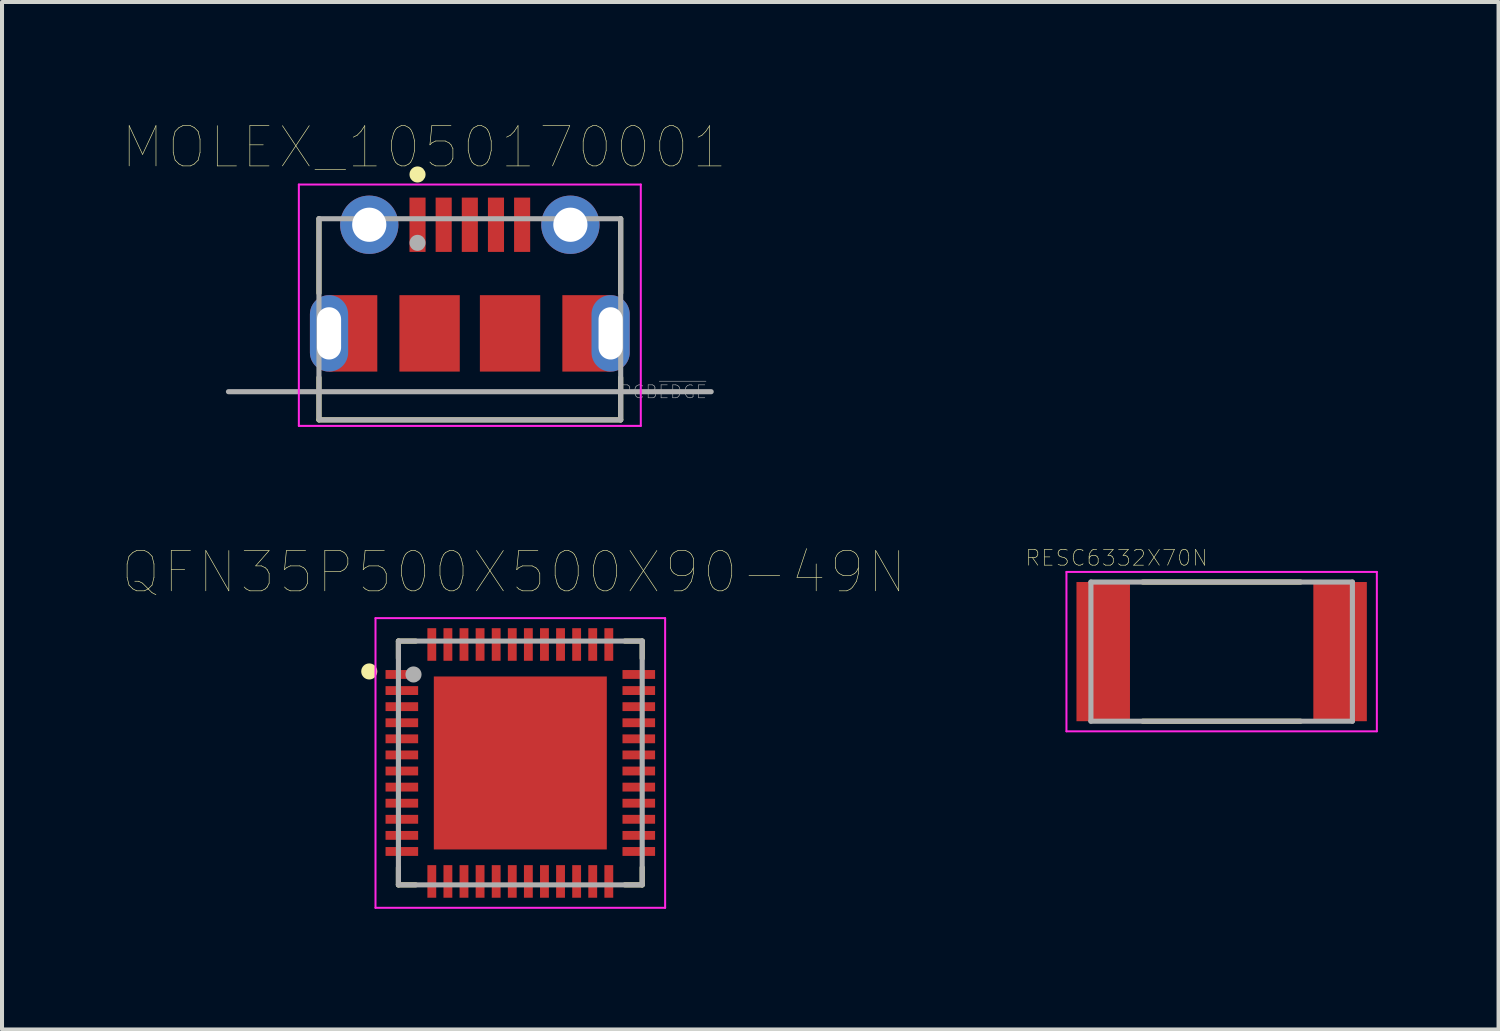
<source format=kicad_pcb>
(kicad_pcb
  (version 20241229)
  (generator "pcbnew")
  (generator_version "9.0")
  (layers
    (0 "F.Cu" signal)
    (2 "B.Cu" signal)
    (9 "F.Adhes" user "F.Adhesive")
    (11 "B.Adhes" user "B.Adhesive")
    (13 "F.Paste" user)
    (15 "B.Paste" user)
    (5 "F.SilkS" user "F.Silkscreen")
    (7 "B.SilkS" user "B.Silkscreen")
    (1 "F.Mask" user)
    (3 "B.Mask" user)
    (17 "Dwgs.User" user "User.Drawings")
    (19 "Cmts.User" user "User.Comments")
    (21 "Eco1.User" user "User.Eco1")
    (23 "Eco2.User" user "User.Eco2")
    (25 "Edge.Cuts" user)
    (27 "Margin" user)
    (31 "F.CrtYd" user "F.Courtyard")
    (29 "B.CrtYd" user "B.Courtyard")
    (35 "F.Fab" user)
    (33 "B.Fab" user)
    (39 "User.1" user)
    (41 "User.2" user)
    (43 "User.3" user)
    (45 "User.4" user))
  (footprint "QFN35P500X500X90-49N"
    (layer "F.Cu")
    (at 9.884 15.916)
    (property "Reference" "QFN35P500X500X90-49N" (at -0.16 -4.742 0) (layer "F.SilkS") (effects (font (size 1.002 1.002) (thickness 0.015))))
    (attr through_hole)
    (fp_line (start -3.03 -3.03) (end -3.03 -2.6) (stroke (width 0.127) (type solid)) (layer "F.SilkS"))
    (fp_line (start -3.03 3.03) (end -3.03 2.6) (stroke (width 0.127) (type solid)) (layer "F.SilkS"))
    (fp_line (start -2.6 -3.03) (end -3.03 -3.03) (stroke (width 0.127) (type solid)) (layer "F.SilkS"))
    (fp_line (start -2.6 3.03) (end -3.03 3.03) (stroke (width 0.127) (type solid)) (layer "F.SilkS"))
    (fp_line (start 2.6 -3.03) (end 3.03 -3.03) (stroke (width 0.127) (type solid)) (layer "F.SilkS"))
    (fp_line (start 2.6 3.03) (end 3.03 3.03) (stroke (width 0.127) (type solid)) (layer "F.SilkS"))
    (fp_line (start 3.03 -3.03) (end 3.03 -2.6) (stroke (width 0.127) (type solid)) (layer "F.SilkS"))
    (fp_line (start 3.03 3.03) (end 3.03 2.6) (stroke (width 0.127) (type solid)) (layer "F.SilkS"))
    (fp_circle (center -3.755 -2.275) (end -3.655 -2.275) (stroke (width 0.2) (type solid)) (fill no) (layer "F.SilkS"))
    (fp_poly (pts (xy -1.362 -1.36) (xy 1.36 -1.36) (xy 1.36 1.362) (xy -1.362 1.362)) (stroke (width 0.01) (type solid)) (fill yes) (layer "F.Paste"))
    (fp_line (start -3.6 -3.6) (end 3.6 -3.6) (stroke (width 0.05) (type solid)) (layer "F.CrtYd"))
    (fp_line (start -3.6 3.6) (end -3.6 -3.6) (stroke (width 0.05) (type solid)) (layer "F.CrtYd"))
    (fp_line (start -3.6 3.6) (end 3.6 3.6) (stroke (width 0.05) (type solid)) (layer "F.CrtYd"))
    (fp_line (start 3.6 3.6) (end 3.6 -3.6) (stroke (width 0.05) (type solid)) (layer "F.CrtYd"))
    (fp_line (start -3.03 3.03) (end -3.03 -3.03) (stroke (width 0.127) (type solid)) (layer "F.Fab"))
    (fp_line (start 3.03 -3.03) (end -3.03 -3.03) (stroke (width 0.127) (type solid)) (layer "F.Fab"))
    (fp_line (start 3.03 3.03) (end -3.03 3.03) (stroke (width 0.127) (type solid)) (layer "F.Fab"))
    (fp_line (start 3.03 3.03) (end 3.03 -3.03) (stroke (width 0.127) (type solid)) (layer "F.Fab"))
    (fp_circle (center -2.655 -2.2) (end -2.555 -2.2) (stroke (width 0.2) (type solid)) (fill no) (layer "F.Fab"))
    (pad "1" smd rect (at -2.945 -2.2) (size 0.81 0.22) (layers "F.Cu" "F.Mask" "F.Paste"))
    (pad "2" smd rect (at -2.945 -1.8) (size 0.81 0.22) (layers "F.Cu" "F.Mask" "F.Paste"))
    (pad "3" smd rect (at -2.945 -1.4) (size 0.81 0.22) (layers "F.Cu" "F.Mask" "F.Paste"))
    (pad "4" smd rect (at -2.945 -1) (size 0.81 0.22) (layers "F.Cu" "F.Mask" "F.Paste"))
    (pad "5" smd rect (at -2.945 -0.6) (size 0.81 0.22) (layers "F.Cu" "F.Mask" "F.Paste"))
    (pad "6" smd rect (at -2.945 -0.2) (size 0.81 0.22) (layers "F.Cu" "F.Mask" "F.Paste"))
    (pad "7" smd rect (at -2.945 0.2) (size 0.81 0.22) (layers "F.Cu" "F.Mask" "F.Paste"))
    (pad "8" smd rect (at -2.945 0.6) (size 0.81 0.22) (layers "F.Cu" "F.Mask" "F.Paste"))
    (pad "9" smd rect (at -2.945 1) (size 0.81 0.22) (layers "F.Cu" "F.Mask" "F.Paste"))
    (pad "10" smd rect (at -2.945 1.4) (size 0.81 0.22) (layers "F.Cu" "F.Mask" "F.Paste"))
    (pad "11" smd rect (at -2.945 1.8) (size 0.81 0.22) (layers "F.Cu" "F.Mask" "F.Paste"))
    (pad "12" smd rect (at -2.945 2.2) (size 0.81 0.22) (layers "F.Cu" "F.Mask" "F.Paste"))
    (pad "13" smd rect (at -2.2 2.945) (size 0.22 0.81) (layers "F.Cu" "F.Mask" "F.Paste"))
    (pad "14" smd rect (at -1.8 2.945) (size 0.22 0.81) (layers "F.Cu" "F.Mask" "F.Paste"))
    (pad "15" smd rect (at -1.4 2.945) (size 0.22 0.81) (layers "F.Cu" "F.Mask" "F.Paste"))
    (pad "16" smd rect (at -1 2.945) (size 0.22 0.81) (layers "F.Cu" "F.Mask" "F.Paste"))
    (pad "17" smd rect (at -0.6 2.945) (size 0.22 0.81) (layers "F.Cu" "F.Mask" "F.Paste"))
    (pad "18" smd rect (at -0.2 2.945) (size 0.22 0.81) (layers "F.Cu" "F.Mask" "F.Paste"))
    (pad "19" smd rect (at 0.2 2.945) (size 0.22 0.81) (layers "F.Cu" "F.Mask" "F.Paste"))
    (pad "20" smd rect (at 0.6 2.945) (size 0.22 0.81) (layers "F.Cu" "F.Mask" "F.Paste"))
    (pad "21" smd rect (at 1 2.945) (size 0.22 0.81) (layers "F.Cu" "F.Mask" "F.Paste"))
    (pad "22" smd rect (at 1.4 2.945) (size 0.22 0.81) (layers "F.Cu" "F.Mask" "F.Paste"))
    (pad "23" smd rect (at 1.8 2.945) (size 0.22 0.81) (layers "F.Cu" "F.Mask" "F.Paste"))
    (pad "24" smd rect (at 2.2 2.945) (size 0.22 0.81) (layers "F.Cu" "F.Mask" "F.Paste"))
    (pad "25" smd rect (at 2.945 2.2) (size 0.81 0.22) (layers "F.Cu" "F.Mask" "F.Paste"))
    (pad "26" smd rect (at 2.945 1.8) (size 0.81 0.22) (layers "F.Cu" "F.Mask" "F.Paste"))
    (pad "27" smd rect (at 2.945 1.4) (size 0.81 0.22) (layers "F.Cu" "F.Mask" "F.Paste"))
    (pad "28" smd rect (at 2.945 1) (size 0.81 0.22) (layers "F.Cu" "F.Mask" "F.Paste"))
    (pad "29" smd rect (at 2.945 0.6) (size 0.81 0.22) (layers "F.Cu" "F.Mask" "F.Paste"))
    (pad "30" smd rect (at 2.945 0.2) (size 0.81 0.22) (layers "F.Cu" "F.Mask" "F.Paste"))
    (pad "31" smd rect (at 2.945 -0.2) (size 0.81 0.22) (layers "F.Cu" "F.Mask" "F.Paste"))
    (pad "32" smd rect (at 2.945 -0.6) (size 0.81 0.22) (layers "F.Cu" "F.Mask" "F.Paste"))
    (pad "33" smd rect (at 2.945 -1) (size 0.81 0.22) (layers "F.Cu" "F.Mask" "F.Paste"))
    (pad "34" smd rect (at 2.945 -1.4) (size 0.81 0.22) (layers "F.Cu" "F.Mask" "F.Paste"))
    (pad "35" smd rect (at 2.945 -1.8) (size 0.81 0.22) (layers "F.Cu" "F.Mask" "F.Paste"))
    (pad "36" smd rect (at 2.945 -2.2) (size 0.81 0.22) (layers "F.Cu" "F.Mask" "F.Paste"))
    (pad "37" smd rect (at 2.2 -2.945) (size 0.22 0.81) (layers "F.Cu" "F.Mask" "F.Paste"))
    (pad "38" smd rect (at 1.8 -2.945) (size 0.22 0.81) (layers "F.Cu" "F.Mask" "F.Paste"))
    (pad "39" smd rect (at 1.4 -2.945) (size 0.22 0.81) (layers "F.Cu" "F.Mask" "F.Paste"))
    (pad "40" smd rect (at 1 -2.945) (size 0.22 0.81) (layers "F.Cu" "F.Mask" "F.Paste"))
    (pad "41" smd rect (at 0.6 -2.945) (size 0.22 0.81) (layers "F.Cu" "F.Mask" "F.Paste"))
    (pad "42" smd rect (at 0.2 -2.945) (size 0.22 0.81) (layers "F.Cu" "F.Mask" "F.Paste"))
    (pad "43" smd rect (at -0.2 -2.945) (size 0.22 0.81) (layers "F.Cu" "F.Mask" "F.Paste"))
    (pad "44" smd rect (at -0.6 -2.945) (size 0.22 0.81) (layers "F.Cu" "F.Mask" "F.Paste"))
    (pad "45" smd rect (at -1 -2.945) (size 0.22 0.81) (layers "F.Cu" "F.Mask" "F.Paste"))
    (pad "46" smd rect (at -1.4 -2.945) (size 0.22 0.81) (layers "F.Cu" "F.Mask" "F.Paste"))
    (pad "47" smd rect (at -1.8 -2.945) (size 0.22 0.81) (layers "F.Cu" "F.Mask" "F.Paste"))
    (pad "48" smd rect (at -2.2 -2.945) (size 0.22 0.81) (layers "F.Cu" "F.Mask" "F.Paste"))
    (pad "49" smd rect (at 0 0) (size 4.3 4.3) (layers "F.Cu" "F.Mask")))
  (footprint "MOLEX_1050170001"
    (layer "F.Cu")
    (at 8.629 4.887)
    (property "Reference" "MOLEX_1050170001" (at -1.135 -4.275 0) (layer "F.SilkS") (effects (font (size 1 1) (thickness 0.015))))
    (attr through_hole)
    (fp_line (start -3.75 -0.65) (end -3.75 -2.5) (stroke (width 0.127) (type solid)) (layer "F.SilkS"))
    (fp_line (start -3.75 2.5) (end -3.75 1.45) (stroke (width 0.127) (type solid)) (layer "F.SilkS"))
    (fp_line (start 3.75 -2.5) (end 3.75 -0.65) (stroke (width 0.127) (type solid)) (layer "F.SilkS"))
    (fp_line (start 3.75 1.45) (end 3.75 2.5) (stroke (width 0.127) (type solid)) (layer "F.SilkS"))
    (fp_line (start 3.75 2.5) (end -3.75 2.5) (stroke (width 0.127) (type solid)) (layer "F.SilkS"))
    (fp_circle (center -1.3 -3.6) (end -1.2 -3.6) (stroke (width 0.2) (type solid)) (fill no) (layer "F.SilkS"))
    (fp_line (start -4.25 -3.35) (end -4.25 2.65) (stroke (width 0.05) (type solid)) (layer "F.CrtYd"))
    (fp_line (start -4.25 2.65) (end 4.25 2.65) (stroke (width 0.05) (type solid)) (layer "F.CrtYd"))
    (fp_line (start 4.25 -3.35) (end -4.25 -3.35) (stroke (width 0.05) (type solid)) (layer "F.CrtYd"))
    (fp_line (start 4.25 2.65) (end 4.25 -3.35) (stroke (width 0.05) (type solid)) (layer "F.CrtYd"))
    (fp_line (start -3.75 -2.5) (end 3.75 -2.5) (stroke (width 0.127) (type solid)) (layer "F.Fab"))
    (fp_line (start -3.75 1.8) (end -6 1.8) (stroke (width 0.127) (type solid)) (layer "F.Fab"))
    (fp_line (start -3.75 1.8) (end -3.75 -2.5) (stroke (width 0.127) (type solid)) (layer "F.Fab"))
    (fp_line (start -3.75 2.45) (end -3.75 1.8) (stroke (width 0.127) (type solid)) (layer "F.Fab"))
    (fp_line (start 3.75 -2.5) (end 3.75 1.8) (stroke (width 0.127) (type solid)) (layer "F.Fab"))
    (fp_line (start 3.75 1.8) (end -3.75 1.8) (stroke (width 0.127) (type solid)) (layer "F.Fab"))
    (fp_line (start 3.75 1.8) (end 6 1.8) (stroke (width 0.127) (type solid)) (layer "F.Fab"))
    (fp_line (start 3.75 2.5) (end -3.75 2.5) (stroke (width 0.127) (type solid)) (layer "F.Fab"))
    (fp_line (start 3.75 2.5) (end 3.75 1.8) (stroke (width 0.127) (type solid)) (layer "F.Fab"))
    (fp_circle (center -1.3 -1.9) (end -1.2 -1.9) (stroke (width 0.2) (type solid)) (fill no) (layer "F.Fab"))
    (fp_text user "PCB~{EDGE}" (at 4.808 1.803 0) (layer "F.Fab") (effects (font (size 0.321 0.321) (thickness 0.015))))
    (pad "1" smd rect (at -1.3 -2.35) (size 0.4 1.35) (layers "F.Cu" "F.Mask" "F.Paste"))
    (pad "2" smd rect (at -0.65 -2.35) (size 0.4 1.35) (layers "F.Cu" "F.Mask" "F.Paste"))
    (pad "3" smd rect (at 0 -2.35) (size 0.4 1.35) (layers "F.Cu" "F.Mask" "F.Paste"))
    (pad "4" smd rect (at 0.65 -2.35) (size 0.4 1.35) (layers "F.Cu" "F.Mask" "F.Paste"))
    (pad "5" smd rect (at 1.3 -2.35) (size 0.4 1.35) (layers "F.Cu" "F.Mask" "F.Paste"))
    (pad "SH1" thru_hole circle (at -2.5 -2.35) (size 1.45 1.45) (drill 0.85) (layers "*.Cu" "*.Mask"))
    (pad "SH2" thru_hole circle (at 2.5 -2.35) (size 1.45 1.45) (drill 0.85) (layers "*.Cu" "*.Mask"))
    (pad "SH3" thru_hole oval (at -3.5 0.35) (size 0.95 1.9) (drill oval 0.6 1.3) (layers "*.Cu" "*.Mask"))
    (pad "SH4" smd rect (at -2.9 0.35) (size 1.2 1.9) (layers "F.Cu" "F.Mask" "F.Paste"))
    (pad "SH5" smd rect (at -1 0.35) (size 1.5 1.9) (layers "F.Cu" "F.Mask" "F.Paste"))
    (pad "SH6" smd rect (at 1 0.35) (size 1.5 1.9) (layers "F.Cu" "F.Mask" "F.Paste"))
    (pad "SH7" smd rect (at 2.9 0.35) (size 1.2 1.9) (layers "F.Cu" "F.Mask" "F.Paste"))
    (pad "SH8" thru_hole oval (at 3.5 0.35) (size 0.95 1.9) (drill oval 0.6 1.3) (layers "*.Cu" "*.Mask")))
  (footprint "RESC6332X70N"
    (layer "F.Cu")
    (at 27.318 13.148)
    (property "Reference" "RESC6332X70N" (at -2.61 -2.33 0) (layer "F.SilkS") (effects (font (size 0.394 0.394) (thickness 0.015))))
    (attr through_hole)
    (fp_line (start -1.96 -1.73) (end 1.96 -1.73) (stroke (width 0.127) (type solid)) (layer "F.SilkS"))
    (fp_line (start -1.96 1.73) (end 1.96 1.73) (stroke (width 0.127) (type solid)) (layer "F.SilkS"))
    (fp_line (start -3.858 -1.981) (end 3.858 -1.981) (stroke (width 0.05) (type solid)) (layer "F.CrtYd"))
    (fp_line (start -3.858 1.981) (end -3.858 -1.981) (stroke (width 0.05) (type solid)) (layer "F.CrtYd"))
    (fp_line (start -3.858 1.981) (end 3.858 1.981) (stroke (width 0.05) (type solid)) (layer "F.CrtYd"))
    (fp_line (start 3.858 1.981) (end 3.858 -1.981) (stroke (width 0.05) (type solid)) (layer "F.CrtYd"))
    (fp_line (start -3.25 1.73) (end -3.25 -1.73) (stroke (width 0.127) (type solid)) (layer "F.Fab"))
    (fp_line (start 3.25 -1.73) (end -3.25 -1.73) (stroke (width 0.127) (type solid)) (layer "F.Fab"))
    (fp_line (start 3.25 1.73) (end -3.25 1.73) (stroke (width 0.127) (type solid)) (layer "F.Fab"))
    (fp_line (start 3.25 1.73) (end 3.25 -1.73) (stroke (width 0.127) (type solid)) (layer "F.Fab"))
    (pad "1" smd rect (at -2.944 0) (size 1.33 3.46) (layers "F.Cu" "F.Mask" "F.Paste"))
    (pad "2" smd rect (at 2.944 0) (size 1.33 3.46) (layers "F.Cu" "F.Mask" "F.Paste")))
  (gr_rect
    (start -3 -3)
    (end 34.201 22.541)
    (stroke (width 0.1) (type default))
    (fill no)
    (layer "Edge.Cuts")))
</source>
